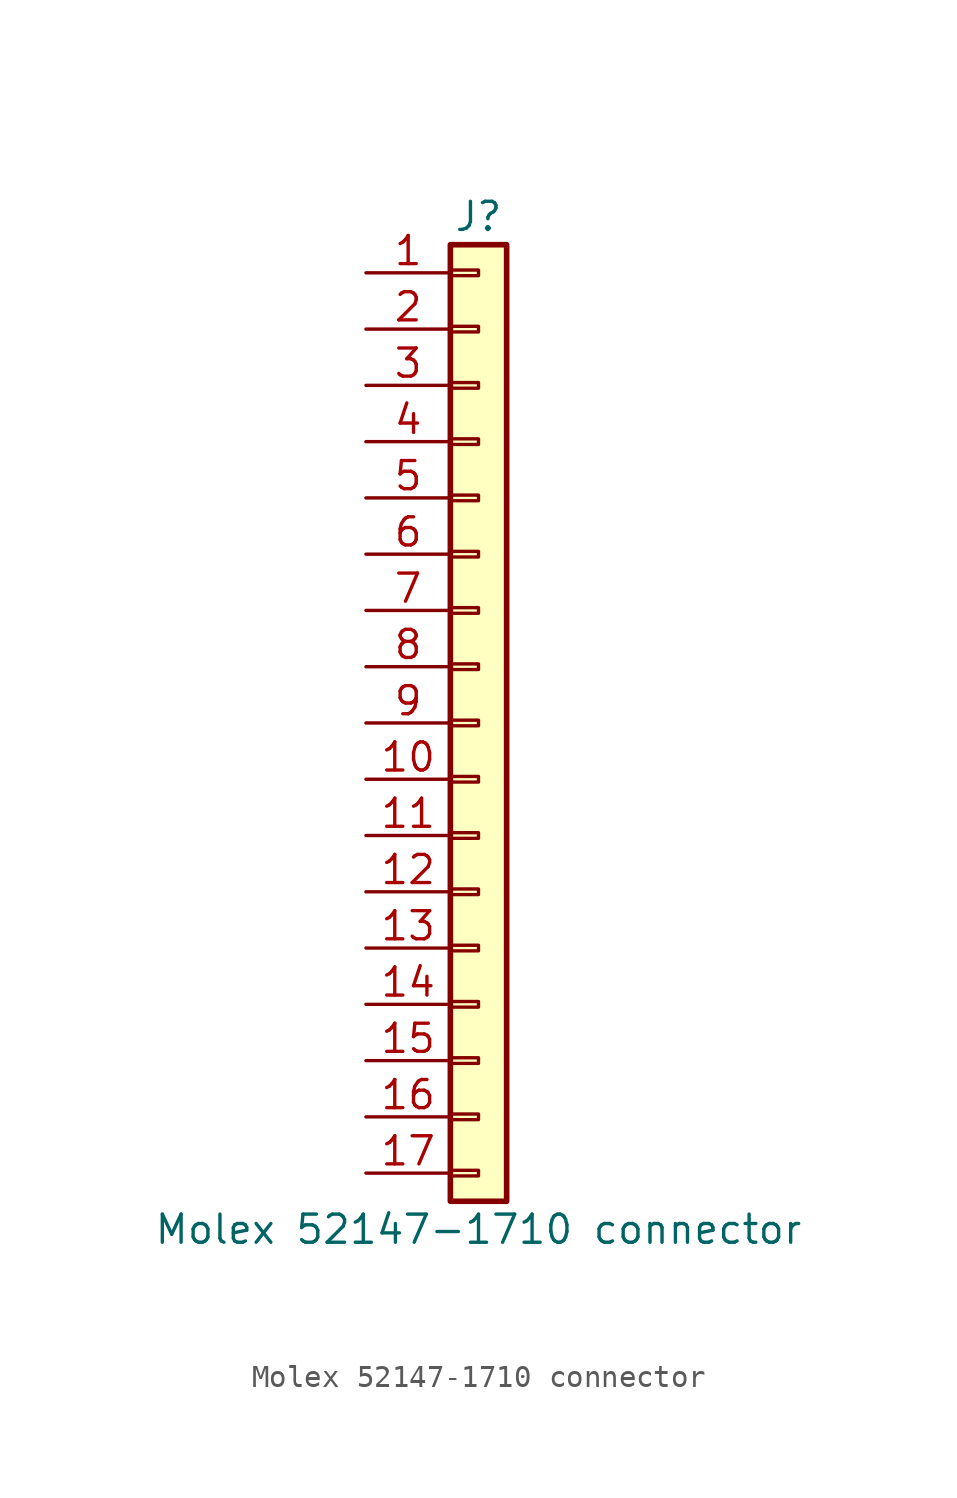
<source format=kicad_sym>
(kicad_symbol_lib
  (version 20211014)
  (generator kicad_symbol_editor)
  (symbol "Molex 52147-1710 connector"
    (pin_names
      (offset 1.016) hide)
    (property "Reference" "J"
      (at 0 22.86 0)
      (effects (font (size 1.27 1.27))))
    (property "Value" "Molex 52147-1710 connector"
      (at 0 -22.86 0)
      (effects (font (size 1.27 1.27))))
    (symbol "Molex 52147-1710 connector_1_1"
      (rectangle (start -1.27 -20.193) (end 0 -20.447) (stroke (width 0.152) (type default) (color 0 0 0 0)) (fill (type none)))
      (rectangle (start -1.27 -17.653) (end 0 -17.907) (stroke (width 0.152) (type default) (color 0 0 0 0)) (fill (type none)))
      (rectangle (start -1.27 -15.113) (end 0 -15.367) (stroke (width 0.152) (type default) (color 0 0 0 0)) (fill (type none)))
      (rectangle (start -1.27 -12.573) (end 0 -12.827) (stroke (width 0.152) (type default) (color 0 0 0 0)) (fill (type none)))
      (rectangle (start -1.27 -10.033) (end 0 -10.287) (stroke (width 0.152) (type default) (color 0 0 0 0)) (fill (type none)))
      (rectangle (start -1.27 -7.493) (end 0 -7.747) (stroke (width 0.152) (type default) (color 0 0 0 0)) (fill (type none)))
      (rectangle (start -1.27 -4.953) (end 0 -5.207) (stroke (width 0.152) (type default) (color 0 0 0 0)) (fill (type none)))
      (rectangle (start -1.27 -2.413) (end 0 -2.667) (stroke (width 0.152) (type default) (color 0 0 0 0)) (fill (type none)))
      (rectangle (start -1.27 0.127) (end 0 -0.127) (stroke (width 0.152) (type default) (color 0 0 0 0)) (fill (type none)))
      (rectangle (start -1.27 2.667) (end 0 2.413) (stroke (width 0.152) (type default) (color 0 0 0 0)) (fill (type none)))
      (rectangle (start -1.27 5.207) (end 0 4.953) (stroke (width 0.152) (type default) (color 0 0 0 0)) (fill (type none)))
      (rectangle (start -1.27 7.747) (end 0 7.493) (stroke (width 0.152) (type default) (color 0 0 0 0)) (fill (type none)))
      (rectangle (start -1.27 10.287) (end 0 10.033) (stroke (width 0.152) (type default) (color 0 0 0 0)) (fill (type none)))
      (rectangle (start -1.27 12.827) (end 0 12.573) (stroke (width 0.152) (type default) (color 0 0 0 0)) (fill (type none)))
      (rectangle (start -1.27 15.367) (end 0 15.113) (stroke (width 0.152) (type default) (color 0 0 0 0)) (fill (type none)))
      (rectangle (start -1.27 17.907) (end 0 17.653) (stroke (width 0.152) (type default) (color 0 0 0 0)) (fill (type none)))
      (rectangle (start -1.27 20.447) (end 0 20.193) (stroke (width 0.152) (type default) (color 0 0 0 0)) (fill (type none)))
      (rectangle (start -1.27 21.59) (end 1.27 -21.59) (stroke (width 0.254) (type default) (color 0 0 0 0)) (fill (type background)))
      (pin passive line (at -5.08 20.32 0) (length 3.81) (name "Pin_1" (effects (font (size 1.27 1.27)))) (number "1" (effects (font (size 1.27 1.27)))))
      (pin passive line (at -5.08 -2.54 0) (length 3.81) (name "Pin_10" (effects (font (size 1.27 1.27)))) (number "10" (effects (font (size 1.27 1.27)))))
      (pin passive line (at -5.08 -5.08 0) (length 3.81) (name "Pin_11" (effects (font (size 1.27 1.27)))) (number "11" (effects (font (size 1.27 1.27)))))
      (pin passive line (at -5.08 -7.62 0) (length 3.81) (name "Pin_12" (effects (font (size 1.27 1.27)))) (number "12" (effects (font (size 1.27 1.27)))))
      (pin passive line (at -5.08 -10.16 0) (length 3.81) (name "Pin_13" (effects (font (size 1.27 1.27)))) (number "13" (effects (font (size 1.27 1.27)))))
      (pin passive line (at -5.08 -12.7 0) (length 3.81) (name "Pin_14" (effects (font (size 1.27 1.27)))) (number "14" (effects (font (size 1.27 1.27)))))
      (pin passive line (at -5.08 -15.24 0) (length 3.81) (name "Pin_15" (effects (font (size 1.27 1.27)))) (number "15" (effects (font (size 1.27 1.27)))))
      (pin passive line (at -5.08 -17.78 0) (length 3.81) (name "Pin_16" (effects (font (size 1.27 1.27)))) (number "16" (effects (font (size 1.27 1.27)))))
      (pin passive line (at -5.08 -20.32 0) (length 3.81) (name "Pin_17" (effects (font (size 1.27 1.27)))) (number "17" (effects (font (size 1.27 1.27)))))
      (pin passive line (at -5.08 17.78 0) (length 3.81) (name "Pin_2" (effects (font (size 1.27 1.27)))) (number "2" (effects (font (size 1.27 1.27)))))
      (pin passive line (at -5.08 15.24 0) (length 3.81) (name "Pin_3" (effects (font (size 1.27 1.27)))) (number "3" (effects (font (size 1.27 1.27)))))
      (pin passive line (at -5.08 12.7 0) (length 3.81) (name "Pin_4" (effects (font (size 1.27 1.27)))) (number "4" (effects (font (size 1.27 1.27)))))
      (pin passive line (at -5.08 10.16 0) (length 3.81) (name "Pin_5" (effects (font (size 1.27 1.27)))) (number "5" (effects (font (size 1.27 1.27)))))
      (pin passive line (at -5.08 7.62 0) (length 3.81) (name "Pin_6" (effects (font (size 1.27 1.27)))) (number "6" (effects (font (size 1.27 1.27)))))
      (pin passive line (at -5.08 5.08 0) (length 3.81) (name "Pin_7" (effects (font (size 1.27 1.27)))) (number "7" (effects (font (size 1.27 1.27)))))
      (pin passive line (at -5.08 2.54 0) (length 3.81) (name "Pin_8" (effects (font (size 1.27 1.27)))) (number "8" (effects (font (size 1.27 1.27)))))
      (pin passive line (at -5.08 0 0) (length 3.81) (name "Pin_9" (effects (font (size 1.27 1.27)))) (number "9" (effects (font (size 1.27 1.27))))))))
</source>
